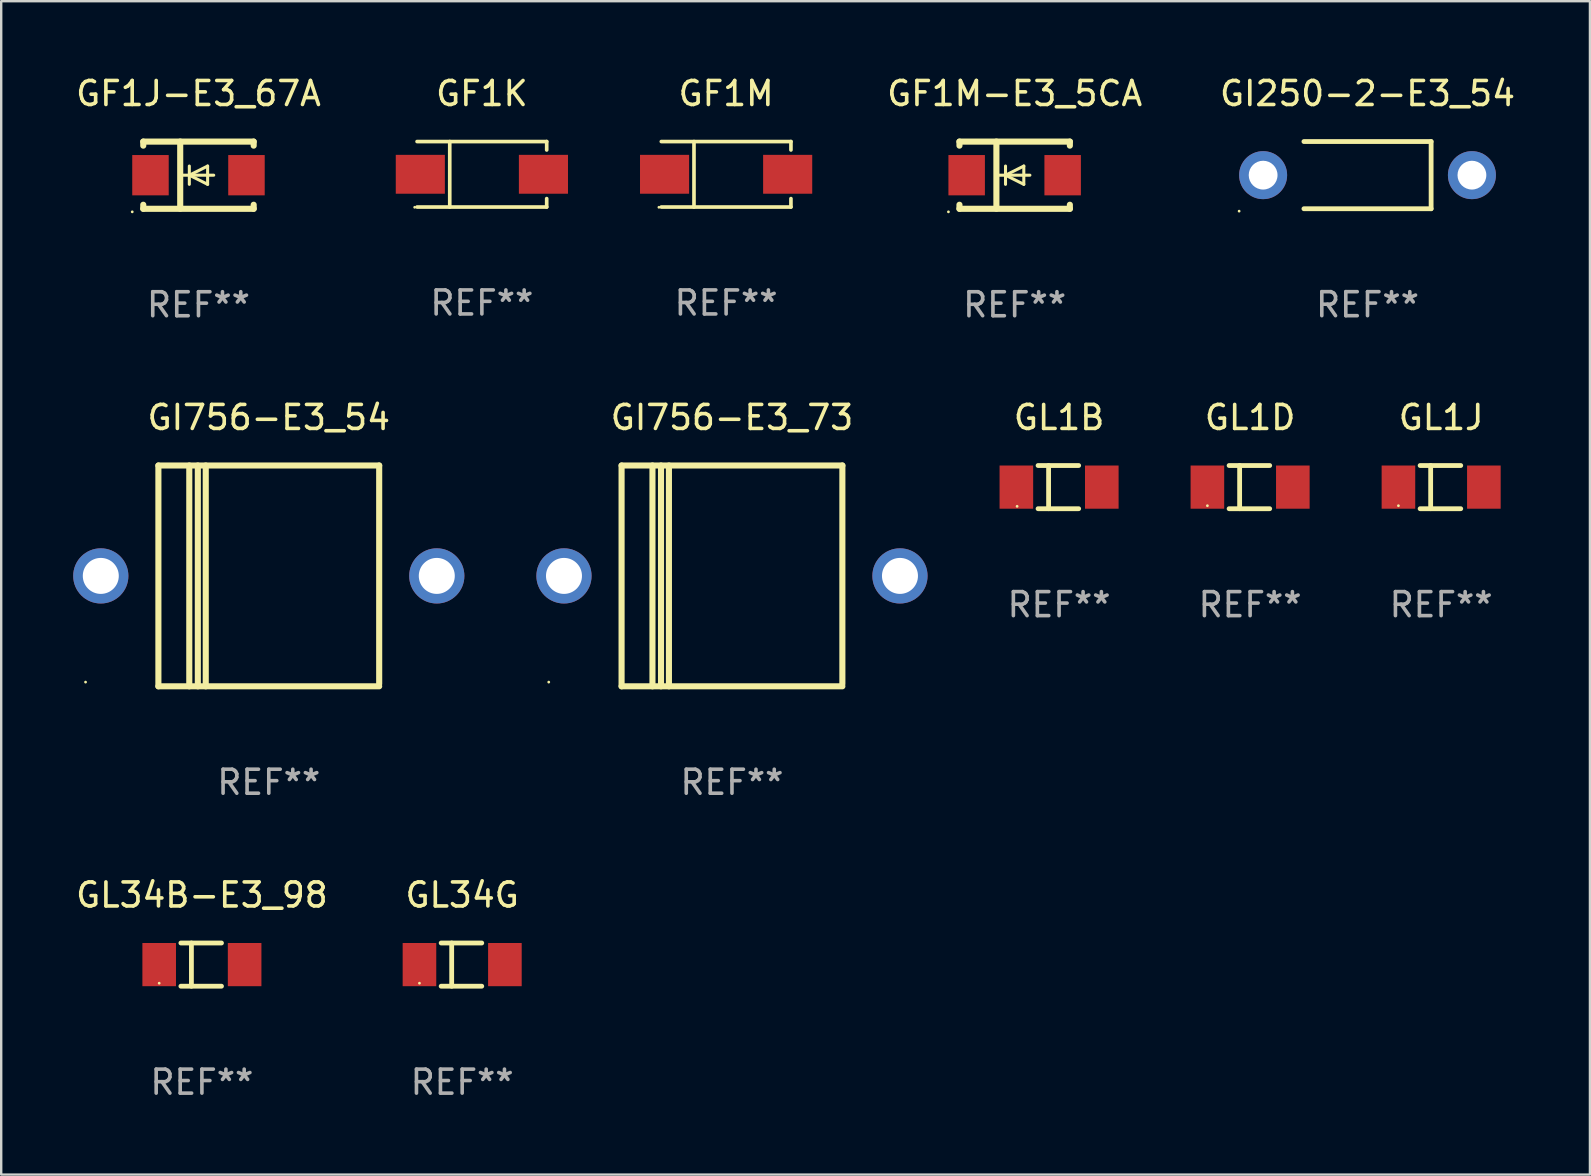
<source format=kicad_pcb>
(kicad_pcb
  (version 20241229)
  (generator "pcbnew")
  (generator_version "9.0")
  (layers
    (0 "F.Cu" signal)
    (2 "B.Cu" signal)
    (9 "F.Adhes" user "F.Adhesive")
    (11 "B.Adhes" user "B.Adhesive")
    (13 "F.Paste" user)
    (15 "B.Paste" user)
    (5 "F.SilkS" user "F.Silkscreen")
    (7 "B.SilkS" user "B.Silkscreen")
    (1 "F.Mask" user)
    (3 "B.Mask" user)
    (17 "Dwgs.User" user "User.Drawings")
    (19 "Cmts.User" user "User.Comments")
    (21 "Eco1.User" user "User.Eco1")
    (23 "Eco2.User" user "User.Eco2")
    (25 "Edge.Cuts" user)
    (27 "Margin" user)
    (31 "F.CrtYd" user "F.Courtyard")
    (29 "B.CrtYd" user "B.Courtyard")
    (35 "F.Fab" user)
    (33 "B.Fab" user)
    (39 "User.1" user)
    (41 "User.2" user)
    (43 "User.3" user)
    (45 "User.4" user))
  (footprint "GI756-E3_54"
    (layer "F.Cu")
    (at 8.15 20.947)
    (property "Reference" "GI756-E3_54" (at 0 -6.6 0) (layer "F.SilkS") (effects (font (size 1 1) (thickness 0.15))))
    (attr through_hole)
    (fp_line (start -4.6 -4.6) (end -4.6 4.6) (stroke (width 0.254) (type solid)) (layer "F.SilkS"))
    (fp_line (start -4.6 -4.6) (end 4.6 -4.6) (stroke (width 0.254) (type solid)) (layer "F.SilkS"))
    (fp_line (start -4.6 4.6) (end 4.6 4.6) (stroke (width 0.254) (type solid)) (layer "F.SilkS"))
    (fp_line (start -3.313 -4.6) (end -3.313 4.6) (stroke (width 0.254) (type solid)) (layer "F.SilkS"))
    (fp_line (start -2.957 -4.6) (end -2.957 4.6) (stroke (width 0.254) (type solid)) (layer "F.SilkS"))
    (fp_line (start -2.627 -4.6) (end -2.627 4.6) (stroke (width 0.254) (type solid)) (layer "F.SilkS"))
    (fp_line (start 4.6 -4.6) (end 4.6 4.5) (stroke (width 0.254) (type solid)) (layer "F.SilkS"))
    (fp_circle (center -7.635 4.425) (end -7.605 4.425) (stroke (width 0.06) (type solid)) (fill no) (layer "F.SilkS"))
    (fp_text user "REF**" (at 0 8.6 0) (layer "F.Fab") (effects (font (size 1 1) (thickness 0.15))))
    (pad "1" thru_hole circle (at -7 0) (size 2.3 2.3) (drill 1.5) (layers "*.Cu" "*.Mask"))
    (pad "2" thru_hole circle (at 7 0) (size 2.3 2.3) (drill 1.5) (layers "*.Cu" "*.Mask")))
  (footprint "GF1M-E3_5CA"
    (layer "F.Cu")
    (at 39.229 4.249)
    (property "Reference" "GF1M-E3_5CA" (at 0 -3.401 0) (layer "F.SilkS") (effects (font (size 1 1) (thickness 0.15))))
    (attr through_hole)
    (fp_line (start -2.3 -1.399) (end -2.3 -1.23) (stroke (width 0.254) (type solid)) (layer "F.SilkS"))
    (fp_line (start -2.3 -1.399) (end 2.3 -1.399) (stroke (width 0.254) (type solid)) (layer "F.SilkS"))
    (fp_line (start -2.3 1.232) (end -2.3 1.401) (stroke (width 0.254) (type solid)) (layer "F.SilkS"))
    (fp_line (start -2.3 1.401) (end 2.3 1.401) (stroke (width 0.254) (type solid)) (layer "F.SilkS"))
    (fp_line (start -0.761 1.398) (end -0.761 -1.401) (stroke (width 0.254) (type solid)) (layer "F.SilkS"))
    (fp_line (start -0.381 0.001) (end -0.381 -0.38) (stroke (width 0.127) (type solid)) (layer "F.SilkS"))
    (fp_line (start -0.381 0.001) (end -0.381 0.382) (stroke (width 0.127) (type solid)) (layer "F.SilkS"))
    (fp_line (start 0.381 -0.38) (end -0.381 0.001) (stroke (width 0.127) (type solid)) (layer "F.SilkS"))
    (fp_line (start 0.381 0.001) (end 0.381 -0.38) (stroke (width 0.127) (type solid)) (layer "F.SilkS"))
    (fp_line (start 0.381 0.001) (end 0.381 0.382) (stroke (width 0.127) (type solid)) (layer "F.SilkS"))
    (fp_line (start 0.381 0.382) (end -0.381 0.001) (stroke (width 0.127) (type solid)) (layer "F.SilkS"))
    (fp_line (start 0.635 0.001) (end -0.635 0.001) (stroke (width 0.127) (type solid)) (layer "F.SilkS"))
    (fp_line (start 2.3 -1.399) (end 2.3 -1.23) (stroke (width 0.254) (type solid)) (layer "F.SilkS"))
    (fp_line (start 2.3 1.232) (end 2.3 1.401) (stroke (width 0.254) (type solid)) (layer "F.SilkS"))
    (fp_circle (center -2.76 1.528) (end -2.73 1.528) (stroke (width 0.06) (type solid)) (fill no) (layer "F.SilkS"))
    (fp_text user "REF**" (at 0 5.401 0) (layer "F.Fab") (effects (font (size 1 1) (thickness 0.15))))
    (pad "1" smd rect (at -2 0.001 180) (size 1.52 1.68) (layers "F.Cu" "F.Mask" "F.Paste"))
    (pad "2" smd rect (at 2 0.001 180) (size 1.52 1.68) (layers "F.Cu" "F.Mask" "F.Paste")))
  (footprint "GL1B"
    (layer "F.Cu")
    (at 41.08 17.247)
    (property "Reference" "GL1B" (at 0 -2.9 0) (layer "F.SilkS") (effects (font (size 1 1) (thickness 0.15))))
    (attr through_hole)
    (fp_line (start -0.876 -0.9) (end 0.816 -0.9) (stroke (width 0.2) (type solid)) (layer "F.SilkS"))
    (fp_line (start -0.876 0.9) (end 0.816 0.9) (stroke (width 0.2) (type solid)) (layer "F.SilkS"))
    (fp_line (start -0.437 -0.9) (end -0.437 0.9) (stroke (width 0.2) (type solid)) (layer "F.SilkS"))
    (fp_circle (center -1.749 0.8) (end -1.719 0.8) (stroke (width 0.06) (type solid)) (fill no) (layer "F.SilkS"))
    (fp_text user "REF**" (at 0 4.9 0) (layer "F.Fab") (effects (font (size 1 1) (thickness 0.15))))
    (pad "1" smd rect (at -1.78 0.000076 180) (size 1.4 1.8) (layers "F.Cu" "F.Mask" "F.Paste"))
    (pad "2" smd rect (at 1.78 0.000076 180) (size 1.4 1.8) (layers "F.Cu" "F.Mask" "F.Paste")))
  (footprint "GL34B-E3_98"
    (layer "F.Cu")
    (at 5.363 37.143)
    (property "Reference" "GL34B-E3_98" (at 0 -2.9 0) (layer "F.SilkS") (effects (font (size 1 1) (thickness 0.15))))
    (attr through_hole)
    (fp_line (start -0.876 -0.9) (end 0.816 -0.9) (stroke (width 0.2) (type solid)) (layer "F.SilkS"))
    (fp_line (start -0.876 0.9) (end 0.816 0.9) (stroke (width 0.2) (type solid)) (layer "F.SilkS"))
    (fp_line (start -0.437 -0.9) (end -0.437 0.9) (stroke (width 0.2) (type solid)) (layer "F.SilkS"))
    (fp_circle (center -1.78 0.775) (end -1.75 0.775) (stroke (width 0.06) (type solid)) (fill no) (layer "F.SilkS"))
    (fp_text user "REF**" (at 0 4.9 0) (layer "F.Fab") (effects (font (size 1 1) (thickness 0.15))))
    (pad "1" smd rect (at -1.78 0.000127 180) (size 1.4 1.8) (layers "F.Cu" "F.Mask" "F.Paste"))
    (pad "2" smd rect (at 1.78 0.000127 180) (size 1.4 1.8) (layers "F.Cu" "F.Mask" "F.Paste")))
  (footprint "GF1J-E3_67A"
    (layer "F.Cu")
    (at 5.22 4.249)
    (property "Reference" "GF1J-E3_67A" (at 0 -3.401 0) (layer "F.SilkS") (effects (font (size 1 1) (thickness 0.15))))
    (attr through_hole)
    (fp_line (start -2.3 -1.399) (end -2.3 -1.23) (stroke (width 0.254) (type solid)) (layer "F.SilkS"))
    (fp_line (start -2.3 -1.399) (end 2.3 -1.399) (stroke (width 0.254) (type solid)) (layer "F.SilkS"))
    (fp_line (start -2.3 1.232) (end -2.3 1.401) (stroke (width 0.254) (type solid)) (layer "F.SilkS"))
    (fp_line (start -2.3 1.401) (end 2.3 1.401) (stroke (width 0.254) (type solid)) (layer "F.SilkS"))
    (fp_line (start -0.761 1.398) (end -0.761 -1.401) (stroke (width 0.254) (type solid)) (layer "F.SilkS"))
    (fp_line (start -0.381 0.001) (end -0.381 -0.38) (stroke (width 0.127) (type solid)) (layer "F.SilkS"))
    (fp_line (start -0.381 0.001) (end -0.381 0.382) (stroke (width 0.127) (type solid)) (layer "F.SilkS"))
    (fp_line (start 0.381 -0.38) (end -0.381 0.001) (stroke (width 0.127) (type solid)) (layer "F.SilkS"))
    (fp_line (start 0.381 0.001) (end 0.381 -0.38) (stroke (width 0.127) (type solid)) (layer "F.SilkS"))
    (fp_line (start 0.381 0.001) (end 0.381 0.382) (stroke (width 0.127) (type solid)) (layer "F.SilkS"))
    (fp_line (start 0.381 0.382) (end -0.381 0.001) (stroke (width 0.127) (type solid)) (layer "F.SilkS"))
    (fp_line (start 0.635 0.001) (end -0.635 0.001) (stroke (width 0.127) (type solid)) (layer "F.SilkS"))
    (fp_line (start 2.3 -1.399) (end 2.3 -1.23) (stroke (width 0.254) (type solid)) (layer "F.SilkS"))
    (fp_line (start 2.3 1.232) (end 2.3 1.401) (stroke (width 0.254) (type solid)) (layer "F.SilkS"))
    (fp_circle (center -2.76 1.528) (end -2.73 1.528) (stroke (width 0.06) (type solid)) (fill no) (layer "F.SilkS"))
    (fp_text user "REF**" (at 0 5.401 0) (layer "F.Fab") (effects (font (size 1 1) (thickness 0.15))))
    (pad "1" smd rect (at -2 0.001 180) (size 1.52 1.68) (layers "F.Cu" "F.Mask" "F.Paste"))
    (pad "2" smd rect (at 2 0.001 180) (size 1.52 1.68) (layers "F.Cu" "F.Mask" "F.Paste")))
  (footprint "GF1K"
    (layer "F.Cu")
    (at 17.029 4.212)
    (property "Reference" "GF1K" (at 0 -3.364 0) (layer "F.SilkS") (effects (font (size 1 1) (thickness 0.15))))
    (attr through_hole)
    (fp_line (start -2.701 -1.364) (end 2.701 -1.364) (stroke (width 0.152) (type solid)) (layer "F.SilkS"))
    (fp_line (start -2.701 1.364) (end 2.701 1.364) (stroke (width 0.152) (type solid)) (layer "F.SilkS"))
    (fp_line (start -1.339 -1.364) (end -1.339 1.364) (stroke (width 0.152) (type solid)) (layer "F.SilkS"))
    (fp_line (start 2.701 -1.364) (end 2.701 -1.013) (stroke (width 0.152) (type solid)) (layer "F.SilkS"))
    (fp_line (start 2.701 1.364) (end 2.701 1.013) (stroke (width 0.152) (type solid)) (layer "F.SilkS"))
    (fp_circle (center -2.8 1.375) (end -2.77 1.375) (stroke (width 0.06) (type solid)) (fill no) (layer "F.SilkS"))
    (fp_text user "REF**" (at 0 5.364 0) (layer "F.Fab") (effects (font (size 1 1) (thickness 0.15))))
    (pad "1" smd rect (at -2.565 -0.000025) (size 2.046 1.62) (layers "F.Cu" "F.Mask" "F.Paste"))
    (pad "2" smd rect (at 2.565 -0.000025) (size 2.046 1.62) (layers "F.Cu" "F.Mask" "F.Paste")))
  (footprint "GI756-E3_73"
    (layer "F.Cu")
    (at 27.45 20.947)
    (property "Reference" "GI756-E3_73" (at 0 -6.6 0) (layer "F.SilkS") (effects (font (size 1 1) (thickness 0.15))))
    (attr through_hole)
    (fp_line (start -4.6 -4.6) (end -4.6 4.6) (stroke (width 0.254) (type solid)) (layer "F.SilkS"))
    (fp_line (start -4.6 -4.6) (end 4.6 -4.6) (stroke (width 0.254) (type solid)) (layer "F.SilkS"))
    (fp_line (start -4.6 4.6) (end 4.6 4.6) (stroke (width 0.254) (type solid)) (layer "F.SilkS"))
    (fp_line (start -3.313 -4.6) (end -3.313 4.6) (stroke (width 0.254) (type solid)) (layer "F.SilkS"))
    (fp_line (start -2.957 -4.6) (end -2.957 4.6) (stroke (width 0.254) (type solid)) (layer "F.SilkS"))
    (fp_line (start -2.627 -4.6) (end -2.627 4.6) (stroke (width 0.254) (type solid)) (layer "F.SilkS"))
    (fp_line (start 4.6 -4.6) (end 4.6 4.5) (stroke (width 0.254) (type solid)) (layer "F.SilkS"))
    (fp_circle (center -7.635 4.425) (end -7.605 4.425) (stroke (width 0.06) (type solid)) (fill no) (layer "F.SilkS"))
    (fp_text user "REF**" (at 0 8.6 0) (layer "F.Fab") (effects (font (size 1 1) (thickness 0.15))))
    (pad "1" thru_hole circle (at -7 0) (size 2.3 2.3) (drill 1.5) (layers "*.Cu" "*.Mask"))
    (pad "2" thru_hole circle (at 7 0) (size 2.3 2.3) (drill 1.5) (layers "*.Cu" "*.Mask")))
  (footprint "GL1J"
    (layer "F.Cu")
    (at 57 17.247)
    (property "Reference" "GL1J" (at 0 -2.9 0) (layer "F.SilkS") (effects (font (size 1 1) (thickness 0.15))))
    (attr through_hole)
    (fp_line (start -0.876 -0.9) (end 0.816 -0.9) (stroke (width 0.2) (type solid)) (layer "F.SilkS"))
    (fp_line (start -0.876 0.9) (end 0.816 0.9) (stroke (width 0.2) (type solid)) (layer "F.SilkS"))
    (fp_line (start -0.437 -0.9) (end -0.437 0.9) (stroke (width 0.2) (type solid)) (layer "F.SilkS"))
    (fp_circle (center -1.78 0.775) (end -1.75 0.775) (stroke (width 0.06) (type solid)) (fill no) (layer "F.SilkS"))
    (fp_text user "REF**" (at 0 4.9 0) (layer "F.Fab") (effects (font (size 1 1) (thickness 0.15))))
    (pad "1" smd rect (at -1.78 0.000127 180) (size 1.4 1.8) (layers "F.Cu" "F.Mask" "F.Paste"))
    (pad "2" smd rect (at 1.78 0.000127 180) (size 1.4 1.8) (layers "F.Cu" "F.Mask" "F.Paste")))
  (footprint "GL1D"
    (layer "F.Cu")
    (at 49.04 17.247)
    (property "Reference" "GL1D" (at 0 -2.9 0) (layer "F.SilkS") (effects (font (size 1 1) (thickness 0.15))))
    (attr through_hole)
    (fp_line (start -0.876 -0.9) (end 0.816 -0.9) (stroke (width 0.2) (type solid)) (layer "F.SilkS"))
    (fp_line (start -0.876 0.9) (end 0.816 0.9) (stroke (width 0.2) (type solid)) (layer "F.SilkS"))
    (fp_line (start -0.437 -0.9) (end -0.437 0.9) (stroke (width 0.2) (type solid)) (layer "F.SilkS"))
    (fp_circle (center -1.78 0.775) (end -1.75 0.775) (stroke (width 0.06) (type solid)) (fill no) (layer "F.SilkS"))
    (fp_text user "REF**" (at 0 4.9 0) (layer "F.Fab") (effects (font (size 1 1) (thickness 0.15))))
    (pad "1" smd rect (at -1.78 0.000127 180) (size 1.4 1.8) (layers "F.Cu" "F.Mask" "F.Paste"))
    (pad "2" smd rect (at 1.78 0.000127 180) (size 1.4 1.8) (layers "F.Cu" "F.Mask" "F.Paste")))
  (footprint "GF1M"
    (layer "F.Cu")
    (at 27.206 4.212)
    (property "Reference" "GF1M" (at 0 -3.364 0) (layer "F.SilkS") (effects (font (size 1 1) (thickness 0.15))))
    (attr through_hole)
    (fp_line (start -2.701 -1.364) (end 2.701 -1.364) (stroke (width 0.152) (type solid)) (layer "F.SilkS"))
    (fp_line (start -2.701 1.364) (end 2.701 1.364) (stroke (width 0.152) (type solid)) (layer "F.SilkS"))
    (fp_line (start -1.339 -1.364) (end -1.339 1.364) (stroke (width 0.152) (type solid)) (layer "F.SilkS"))
    (fp_line (start 2.701 -1.364) (end 2.701 -1.013) (stroke (width 0.152) (type solid)) (layer "F.SilkS"))
    (fp_line (start 2.701 1.364) (end 2.701 1.013) (stroke (width 0.152) (type solid)) (layer "F.SilkS"))
    (fp_circle (center -2.8 1.375) (end -2.77 1.375) (stroke (width 0.06) (type solid)) (fill no) (layer "F.SilkS"))
    (fp_text user "REF**" (at 0 5.364 0) (layer "F.Fab") (effects (font (size 1 1) (thickness 0.15))))
    (pad "1" smd rect (at -2.565 -0.000025) (size 2.046 1.62) (layers "F.Cu" "F.Mask" "F.Paste"))
    (pad "2" smd rect (at 2.565 -0.000025) (size 2.046 1.62) (layers "F.Cu" "F.Mask" "F.Paste")))
  (footprint "GI250-2-E3_54"
    (layer "F.Cu")
    (at 53.932 4.248)
    (property "Reference" "GI250-2-E3_54" (at 0 -3.4 0) (layer "F.SilkS") (effects (font (size 1 1) (thickness 0.15))))
    (attr through_hole)
    (fp_line (start -2.65 1.4) (end 2.65 1.4) (stroke (width 0.2) (type solid)) (layer "F.SilkS"))
    (fp_line (start 2.65 -1.4) (end -2.65 -1.4) (stroke (width 0.2) (type solid)) (layer "F.SilkS"))
    (fp_line (start 2.65 1.4) (end 2.65 -1.4) (stroke (width 0.2) (type solid)) (layer "F.SilkS"))
    (fp_circle (center -5.35 1.5) (end -5.32 1.5) (stroke (width 0.06) (type solid)) (fill no) (layer "F.SilkS"))
    (fp_text user "REF**" (at 0 5.4 0) (layer "F.Fab") (effects (font (size 1 1) (thickness 0.15))))
    (pad "1" thru_hole circle (at -4.35 0) (size 2 2) (drill 1.2) (layers "*.Cu" "*.Mask"))
    (pad "2" thru_hole circle (at 4.35 0) (size 2 2) (drill 1.2) (layers "*.Cu" "*.Mask")))
  (footprint "GL34G"
    (layer "F.Cu")
    (at 16.208 37.143)
    (property "Reference" "GL34G" (at 0 -2.9 0) (layer "F.SilkS") (effects (font (size 1 1) (thickness 0.15))))
    (attr through_hole)
    (fp_line (start -0.876 -0.9) (end 0.816 -0.9) (stroke (width 0.2) (type solid)) (layer "F.SilkS"))
    (fp_line (start -0.876 0.9) (end 0.816 0.9) (stroke (width 0.2) (type solid)) (layer "F.SilkS"))
    (fp_line (start -0.437 -0.9) (end -0.437 0.9) (stroke (width 0.2) (type solid)) (layer "F.SilkS"))
    (fp_circle (center -1.78 0.775) (end -1.75 0.775) (stroke (width 0.06) (type solid)) (fill no) (layer "F.SilkS"))
    (fp_text user "REF**" (at 0 4.9 0) (layer "F.Fab") (effects (font (size 1 1) (thickness 0.15))))
    (pad "1" smd rect (at -1.78 0.000127 180) (size 1.4 1.8) (layers "F.Cu" "F.Mask" "F.Paste"))
    (pad "2" smd rect (at 1.78 0.000127 180) (size 1.4 1.8) (layers "F.Cu" "F.Mask" "F.Paste")))
  (gr_rect
    (start -3 -3)
    (end 63.2 45.892)
    (stroke (width 0.1) (type default))
    (fill no)
    (layer "Edge.Cuts")))
</source>
